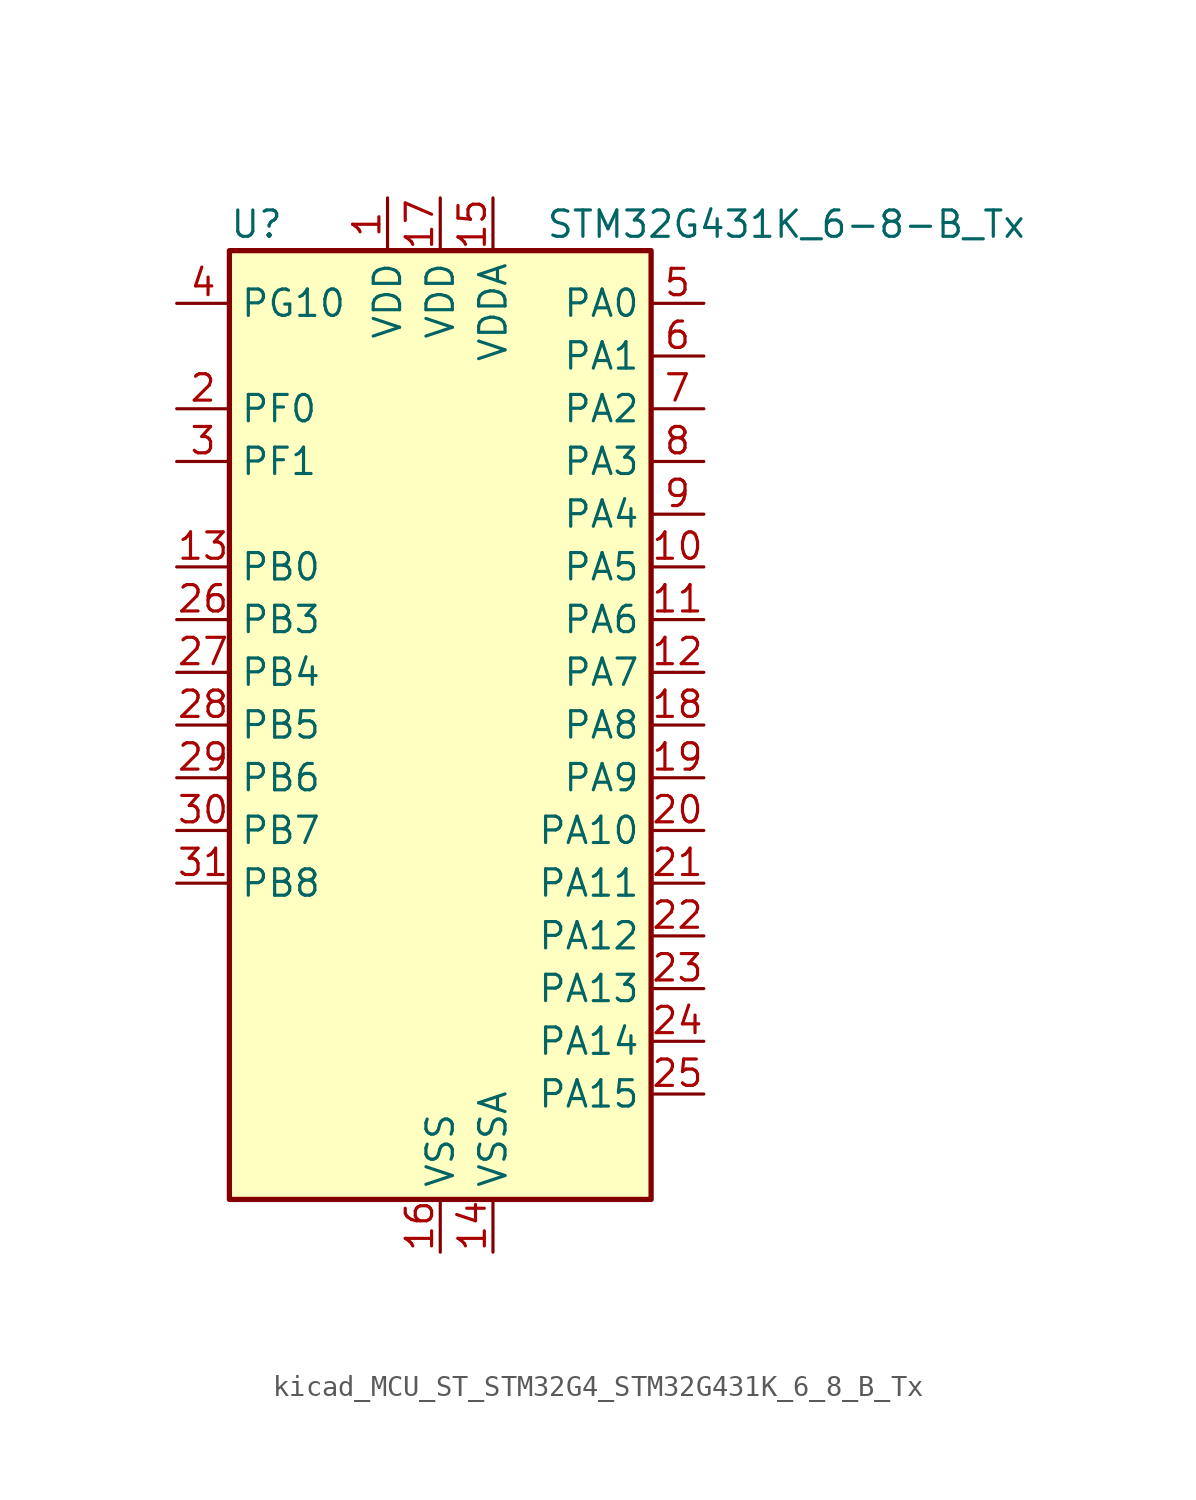
<source format=kicad_sym>
(kicad_symbol_lib
  (version 20220914)
  (generator kicad_symbol_editor)
  (symbol "kicad_MCU_ST_STM32G4_STM32G431K_6_8_B_Tx"
    (property "Reference" "U"
      (at -10.16 24.13 0)
      (effects (font (size 1.27 1.27)) (justify left)))
    (property "Value" "STM32G431K_6-8-B_Tx"
      (at 5.08 24.13 0)
      (effects (font (size 1.27 1.27)) (justify left)))
    (property "ki_locked" ""
      (at 0 0 0)
      (effects (font (size 1.27 1.27))))
    (symbol "kicad_MCU_ST_STM32G4_STM32G431K_6_8_B_Tx_0_1"
      (rectangle (start -10.16 -22.86) (end 10.16 22.86) (stroke (width 0.254) (type default)) (fill (type background))))
    (symbol "kicad_MCU_ST_STM32G4_STM32G431K_6_8_B_Tx_1_1"
      (pin power_in line (at -2.54 25.4 270) (length 2.54) (name "VDD" (effects (font (size 1.27 1.27)))) (number "1" (effects (font (size 1.27 1.27)))))
      (pin bidirectional line (at 12.7 7.62 180) (length 2.54) (name "PA5" (effects (font (size 1.27 1.27)))) (number "10" (effects (font (size 1.27 1.27)))) (alternate "ADC2_IN13" bidirectional line) (alternate "COMP2_INM" bidirectional line) (alternate "DAC1_OUT2" bidirectional line) (alternate "OPAMP2_VINM" bidirectional line) (alternate "OPAMP2_VINM0" bidirectional line) (alternate "OPAMP2_VINM_SEC" bidirectional line) (alternate "SPI1_SCK" bidirectional line) (alternate "TIM2_CH1" bidirectional line) (alternate "TIM2_ETR" bidirectional line) (alternate "UCPD1_FRSTX1" bidirectional line) (alternate "UCPD1_FRSTX2" bidirectional line))
      (pin bidirectional line (at 12.7 5.08 180) (length 2.54) (name "PA6" (effects (font (size 1.27 1.27)))) (number "11" (effects (font (size 1.27 1.27)))) (alternate "ADC2_IN3" bidirectional line) (alternate "COMP1_OUT" bidirectional line) (alternate "LPUART1_CTS" bidirectional line) (alternate "OPAMP2_VOUT" bidirectional line) (alternate "SPI1_MISO" bidirectional line) (alternate "TIM16_CH1" bidirectional line) (alternate "TIM1_BKIN" bidirectional line) (alternate "TIM3_CH1" bidirectional line) (alternate "TIM8_BKIN" bidirectional line))
      (pin bidirectional line (at 12.7 2.54 180) (length 2.54) (name "PA7" (effects (font (size 1.27 1.27)))) (number "12" (effects (font (size 1.27 1.27)))) (alternate "ADC2_IN4" bidirectional line) (alternate "COMP2_INP" bidirectional line) (alternate "COMP2_OUT" bidirectional line) (alternate "OPAMP1_VINP" bidirectional line) (alternate "OPAMP1_VINP_SEC" bidirectional line) (alternate "OPAMP2_VINP" bidirectional line) (alternate "OPAMP2_VINP_SEC" bidirectional line) (alternate "SPI1_MOSI" bidirectional line) (alternate "TIM17_CH1" bidirectional line) (alternate "TIM1_CH1N" bidirectional line) (alternate "TIM3_CH2" bidirectional line) (alternate "TIM8_CH1N" bidirectional line) (alternate "UCPD1_FRSTX1" bidirectional line) (alternate "UCPD1_FRSTX2" bidirectional line))
      (pin bidirectional line (at -12.7 7.62 0) (length 2.54) (name "PB0" (effects (font (size 1.27 1.27)))) (number "13" (effects (font (size 1.27 1.27)))) (alternate "ADC1_IN15" bidirectional line) (alternate "COMP4_INP" bidirectional line) (alternate "OPAMP2_VINP" bidirectional line) (alternate "OPAMP2_VINP_SEC" bidirectional line) (alternate "OPAMP3_VINP" bidirectional line) (alternate "OPAMP3_VINP_SEC" bidirectional line) (alternate "TIM1_CH2N" bidirectional line) (alternate "TIM3_CH3" bidirectional line) (alternate "TIM8_CH2N" bidirectional line) (alternate "UCPD1_FRSTX1" bidirectional line) (alternate "UCPD1_FRSTX2" bidirectional line))
      (pin power_in line (at 2.54 -25.4 90) (length 2.54) (name "VSSA" (effects (font (size 1.27 1.27)))) (number "14" (effects (font (size 1.27 1.27)))))
      (pin power_in line (at 2.54 25.4 270) (length 2.54) (name "VDDA" (effects (font (size 1.27 1.27)))) (number "15" (effects (font (size 1.27 1.27)))))
      (pin power_in line (at 0 -25.4 90) (length 2.54) (name "VSS" (effects (font (size 1.27 1.27)))) (number "16" (effects (font (size 1.27 1.27)))))
      (pin power_in line (at 0 25.4 270) (length 2.54) (name "VDD" (effects (font (size 1.27 1.27)))) (number "17" (effects (font (size 1.27 1.27)))))
      (pin bidirectional line (at 12.7 0 180) (length 2.54) (name "PA8" (effects (font (size 1.27 1.27)))) (number "18" (effects (font (size 1.27 1.27)))) (alternate "I2C2_SDA" bidirectional line) (alternate "I2C3_SCL" bidirectional line) (alternate "I2S2_MCK" bidirectional line) (alternate "RCC_MCO" bidirectional line) (alternate "SAI1_CK2" bidirectional line) (alternate "SAI1_SCK_A" bidirectional line) (alternate "TIM1_CH1" bidirectional line) (alternate "TIM4_ETR" bidirectional line) (alternate "USART1_CK" bidirectional line))
      (pin bidirectional line (at 12.7 -2.54 180) (length 2.54) (name "PA9" (effects (font (size 1.27 1.27)))) (number "19" (effects (font (size 1.27 1.27)))) (alternate "DAC1_EXTI9" bidirectional line) (alternate "DAC3_EXTI9" bidirectional line) (alternate "I2C2_SCL" bidirectional line) (alternate "I2C3_SMBA" bidirectional line) (alternate "I2S3_MCK" bidirectional line) (alternate "SAI1_FS_A" bidirectional line) (alternate "TIM15_BKIN" bidirectional line) (alternate "TIM1_CH2" bidirectional line) (alternate "TIM2_CH3" bidirectional line) (alternate "UCPD1_DBCC1" bidirectional line) (alternate "USART1_TX" bidirectional line))
      (pin bidirectional line (at -12.7 15.24 0) (length 2.54) (name "PF0" (effects (font (size 1.27 1.27)))) (number "2" (effects (font (size 1.27 1.27)))) (alternate "ADC1_IN10" bidirectional line) (alternate "I2C2_SDA" bidirectional line) (alternate "I2S2_WS" bidirectional line) (alternate "RCC_OSC_IN" bidirectional line) (alternate "SPI2_NSS" bidirectional line) (alternate "TIM1_CH3N" bidirectional line))
      (pin bidirectional line (at 12.7 -5.08 180) (length 2.54) (name "PA10" (effects (font (size 1.27 1.27)))) (number "20" (effects (font (size 1.27 1.27)))) (alternate "CRS_SYNC" bidirectional line) (alternate "DAC1_EXTI10" bidirectional line) (alternate "DAC3_EXTI10" bidirectional line) (alternate "I2C2_SMBA" bidirectional line) (alternate "SAI1_D1" bidirectional line) (alternate "SAI1_SD_A" bidirectional line) (alternate "SPI2_MISO" bidirectional line) (alternate "TIM17_BKIN" bidirectional line) (alternate "TIM1_CH3" bidirectional line) (alternate "TIM2_CH4" bidirectional line) (alternate "TIM8_BKIN" bidirectional line) (alternate "UCPD1_DBCC2" bidirectional line) (alternate "USART1_RX" bidirectional line))
      (pin bidirectional line (at 12.7 -7.62 180) (length 2.54) (name "PA11" (effects (font (size 1.27 1.27)))) (number "21" (effects (font (size 1.27 1.27)))) (alternate "ADC1_EXTI11" bidirectional line) (alternate "ADC2_EXTI11" bidirectional line) (alternate "COMP1_OUT" bidirectional line) (alternate "FDCAN1_RX" bidirectional line) (alternate "I2S2_SD" bidirectional line) (alternate "SPI2_MOSI" bidirectional line) (alternate "TIM1_BKIN2" bidirectional line) (alternate "TIM1_CH1N" bidirectional line) (alternate "TIM1_CH4" bidirectional line) (alternate "TIM4_CH1" bidirectional line) (alternate "USART1_CTS" bidirectional line) (alternate "USART1_NSS" bidirectional line) (alternate "USB_DM" bidirectional line))
      (pin bidirectional line (at 12.7 -10.16 180) (length 2.54) (name "PA12" (effects (font (size 1.27 1.27)))) (number "22" (effects (font (size 1.27 1.27)))) (alternate "COMP2_OUT" bidirectional line) (alternate "FDCAN1_TX" bidirectional line) (alternate "I2S_CKIN" bidirectional line) (alternate "TIM16_CH1" bidirectional line) (alternate "TIM1_CH2N" bidirectional line) (alternate "TIM1_ETR" bidirectional line) (alternate "TIM4_CH2" bidirectional line) (alternate "USART1_DE" bidirectional line) (alternate "USART1_RTS" bidirectional line) (alternate "USB_DP" bidirectional line))
      (pin bidirectional line (at 12.7 -12.7 180) (length 2.54) (name "PA13" (effects (font (size 1.27 1.27)))) (number "23" (effects (font (size 1.27 1.27)))) (alternate "I2C1_SCL" bidirectional line) (alternate "IR_OUT" bidirectional line) (alternate "SAI1_SD_B" bidirectional line) (alternate "SYS_JTMS-SWDIO" bidirectional line) (alternate "TIM16_CH1N" bidirectional line) (alternate "TIM4_CH3" bidirectional line))
      (pin bidirectional line (at 12.7 -15.24 180) (length 2.54) (name "PA14" (effects (font (size 1.27 1.27)))) (number "24" (effects (font (size 1.27 1.27)))) (alternate "I2C1_SDA" bidirectional line) (alternate "LPTIM1_OUT" bidirectional line) (alternate "SAI1_FS_B" bidirectional line) (alternate "SYS_JTCK-SWCLK" bidirectional line) (alternate "TIM1_BKIN" bidirectional line) (alternate "TIM8_CH2" bidirectional line) (alternate "USART2_TX" bidirectional line))
      (pin bidirectional line (at 12.7 -17.78 180) (length 2.54) (name "PA15" (effects (font (size 1.27 1.27)))) (number "25" (effects (font (size 1.27 1.27)))) (alternate "ADC1_EXTI15" bidirectional line) (alternate "ADC2_EXTI15" bidirectional line) (alternate "I2C1_SCL" bidirectional line) (alternate "I2S3_WS" bidirectional line) (alternate "SPI1_NSS" bidirectional line) (alternate "SPI3_NSS" bidirectional line) (alternate "SYS_JTDI" bidirectional line) (alternate "TIM1_BKIN" bidirectional line) (alternate "TIM2_CH1" bidirectional line) (alternate "TIM2_ETR" bidirectional line) (alternate "TIM8_CH1" bidirectional line) (alternate "USART2_RX" bidirectional line))
      (pin bidirectional line (at -12.7 5.08 0) (length 2.54) (name "PB3" (effects (font (size 1.27 1.27)))) (number "26" (effects (font (size 1.27 1.27)))) (alternate "CRS_SYNC" bidirectional line) (alternate "I2S3_CK" bidirectional line) (alternate "SAI1_SCK_B" bidirectional line) (alternate "SPI1_SCK" bidirectional line) (alternate "SPI3_SCK" bidirectional line) (alternate "SYS_JTDO-SWO" bidirectional line) (alternate "TIM2_CH2" bidirectional line) (alternate "TIM3_ETR" bidirectional line) (alternate "TIM4_ETR" bidirectional line) (alternate "TIM8_CH1N" bidirectional line) (alternate "USART2_TX" bidirectional line))
      (pin bidirectional line (at -12.7 2.54 0) (length 2.54) (name "PB4" (effects (font (size 1.27 1.27)))) (number "27" (effects (font (size 1.27 1.27)))) (alternate "SAI1_MCLK_B" bidirectional line) (alternate "SPI1_MISO" bidirectional line) (alternate "SPI3_MISO" bidirectional line) (alternate "SYS_JTRST" bidirectional line) (alternate "TIM16_CH1" bidirectional line) (alternate "TIM17_BKIN" bidirectional line) (alternate "TIM3_CH1" bidirectional line) (alternate "TIM8_CH2N" bidirectional line) (alternate "UCPD1_CC2" bidirectional line) (alternate "USART2_RX" bidirectional line))
      (pin bidirectional line (at -12.7 0 0) (length 2.54) (name "PB5" (effects (font (size 1.27 1.27)))) (number "28" (effects (font (size 1.27 1.27)))) (alternate "I2C1_SMBA" bidirectional line) (alternate "I2C3_SDA" bidirectional line) (alternate "I2S3_SD" bidirectional line) (alternate "LPTIM1_IN1" bidirectional line) (alternate "SAI1_SD_B" bidirectional line) (alternate "SPI1_MOSI" bidirectional line) (alternate "SPI3_MOSI" bidirectional line) (alternate "TIM16_BKIN" bidirectional line) (alternate "TIM17_CH1" bidirectional line) (alternate "TIM3_CH2" bidirectional line) (alternate "TIM8_CH3N" bidirectional line) (alternate "USART2_CK" bidirectional line))
      (pin bidirectional line (at -12.7 -2.54 0) (length 2.54) (name "PB6" (effects (font (size 1.27 1.27)))) (number "29" (effects (font (size 1.27 1.27)))) (alternate "COMP4_OUT" bidirectional line) (alternate "LPTIM1_ETR" bidirectional line) (alternate "SAI1_FS_B" bidirectional line) (alternate "TIM16_CH1N" bidirectional line) (alternate "TIM4_CH1" bidirectional line) (alternate "TIM8_BKIN2" bidirectional line) (alternate "TIM8_CH1" bidirectional line) (alternate "TIM8_ETR" bidirectional line) (alternate "UCPD1_CC1" bidirectional line) (alternate "USART1_TX" bidirectional line))
      (pin bidirectional line (at -12.7 12.7 0) (length 2.54) (name "PF1" (effects (font (size 1.27 1.27)))) (number "3" (effects (font (size 1.27 1.27)))) (alternate "ADC2_IN10" bidirectional line) (alternate "COMP3_INM" bidirectional line) (alternate "I2S2_CK" bidirectional line) (alternate "RCC_OSC_OUT" bidirectional line) (alternate "SPI2_SCK" bidirectional line))
      (pin bidirectional line (at -12.7 -5.08 0) (length 2.54) (name "PB7" (effects (font (size 1.27 1.27)))) (number "30" (effects (font (size 1.27 1.27)))) (alternate "COMP3_OUT" bidirectional line) (alternate "I2C1_SDA" bidirectional line) (alternate "LPTIM1_IN2" bidirectional line) (alternate "SYS_PVD_IN" bidirectional line) (alternate "TIM17_CH1N" bidirectional line) (alternate "TIM3_CH4" bidirectional line) (alternate "TIM4_CH2" bidirectional line) (alternate "TIM8_BKIN" bidirectional line) (alternate "USART1_RX" bidirectional line))
      (pin bidirectional line (at -12.7 -7.62 0) (length 2.54) (name "PB8" (effects (font (size 1.27 1.27)))) (number "31" (effects (font (size 1.27 1.27)))) (alternate "COMP1_OUT" bidirectional line) (alternate "FDCAN1_RX" bidirectional line) (alternate "I2C1_SCL" bidirectional line) (alternate "SAI1_CK1" bidirectional line) (alternate "SAI1_MCLK_A" bidirectional line) (alternate "TIM16_CH1" bidirectional line) (alternate "TIM1_BKIN" bidirectional line) (alternate "TIM4_CH3" bidirectional line) (alternate "TIM8_CH2" bidirectional line))
      (pin passive line (at 0 -25.4 90) (length 2.54) hide (name "VSS" (effects (font (size 1.27 1.27)))) (number "32" (effects (font (size 1.27 1.27)))))
      (pin bidirectional line (at -12.7 20.32 0) (length 2.54) (name "PG10" (effects (font (size 1.27 1.27)))) (number "4" (effects (font (size 1.27 1.27)))) (alternate "DAC1_EXTI10" bidirectional line) (alternate "DAC3_EXTI10" bidirectional line) (alternate "RCC_MCO" bidirectional line))
      (pin bidirectional line (at 12.7 20.32 180) (length 2.54) (name "PA0" (effects (font (size 1.27 1.27)))) (number "5" (effects (font (size 1.27 1.27)))) (alternate "ADC1_IN1" bidirectional line) (alternate "ADC2_IN1" bidirectional line) (alternate "COMP1_INM" bidirectional line) (alternate "COMP1_OUT" bidirectional line) (alternate "COMP3_INP" bidirectional line) (alternate "RTC_TAMP2" bidirectional line) (alternate "SYS_WKUP1" bidirectional line) (alternate "TIM2_CH1" bidirectional line) (alternate "TIM2_ETR" bidirectional line) (alternate "TIM8_BKIN" bidirectional line) (alternate "TIM8_ETR" bidirectional line) (alternate "USART2_CTS" bidirectional line) (alternate "USART2_NSS" bidirectional line))
      (pin bidirectional line (at 12.7 17.78 180) (length 2.54) (name "PA1" (effects (font (size 1.27 1.27)))) (number "6" (effects (font (size 1.27 1.27)))) (alternate "ADC1_IN2" bidirectional line) (alternate "ADC2_IN2" bidirectional line) (alternate "COMP1_INP" bidirectional line) (alternate "OPAMP1_VINP" bidirectional line) (alternate "OPAMP1_VINP_SEC" bidirectional line) (alternate "OPAMP3_VINP" bidirectional line) (alternate "OPAMP3_VINP_SEC" bidirectional line) (alternate "RTC_REFIN" bidirectional line) (alternate "TIM15_CH1N" bidirectional line) (alternate "TIM2_CH2" bidirectional line) (alternate "USART2_DE" bidirectional line) (alternate "USART2_RTS" bidirectional line))
      (pin bidirectional line (at 12.7 15.24 180) (length 2.54) (name "PA2" (effects (font (size 1.27 1.27)))) (number "7" (effects (font (size 1.27 1.27)))) (alternate "ADC1_IN3" bidirectional line) (alternate "COMP2_INM" bidirectional line) (alternate "COMP2_OUT" bidirectional line) (alternate "LPUART1_TX" bidirectional line) (alternate "OPAMP1_VOUT" bidirectional line) (alternate "RCC_LSCO" bidirectional line) (alternate "SYS_WKUP4" bidirectional line) (alternate "TIM15_CH1" bidirectional line) (alternate "TIM2_CH3" bidirectional line) (alternate "UCPD1_FRSTX1" bidirectional line) (alternate "UCPD1_FRSTX2" bidirectional line) (alternate "USART2_TX" bidirectional line))
      (pin bidirectional line (at 12.7 12.7 180) (length 2.54) (name "PA3" (effects (font (size 1.27 1.27)))) (number "8" (effects (font (size 1.27 1.27)))) (alternate "ADC1_IN4" bidirectional line) (alternate "COMP2_INP" bidirectional line) (alternate "LPUART1_RX" bidirectional line) (alternate "OPAMP1_VINM" bidirectional line) (alternate "OPAMP1_VINM0" bidirectional line) (alternate "OPAMP1_VINM_SEC" bidirectional line) (alternate "OPAMP1_VINP" bidirectional line) (alternate "OPAMP1_VINP_SEC" bidirectional line) (alternate "SAI1_CK1" bidirectional line) (alternate "SAI1_MCLK_A" bidirectional line) (alternate "TIM15_CH2" bidirectional line) (alternate "TIM2_CH4" bidirectional line) (alternate "USART2_RX" bidirectional line))
      (pin bidirectional line (at 12.7 10.16 180) (length 2.54) (name "PA4" (effects (font (size 1.27 1.27)))) (number "9" (effects (font (size 1.27 1.27)))) (alternate "ADC2_IN17" bidirectional line) (alternate "COMP1_INM" bidirectional line) (alternate "DAC1_OUT1" bidirectional line) (alternate "I2S3_WS" bidirectional line) (alternate "SAI1_FS_B" bidirectional line) (alternate "SPI1_NSS" bidirectional line) (alternate "SPI3_NSS" bidirectional line) (alternate "TIM3_CH2" bidirectional line) (alternate "USART2_CK" bidirectional line)))))
</source>
